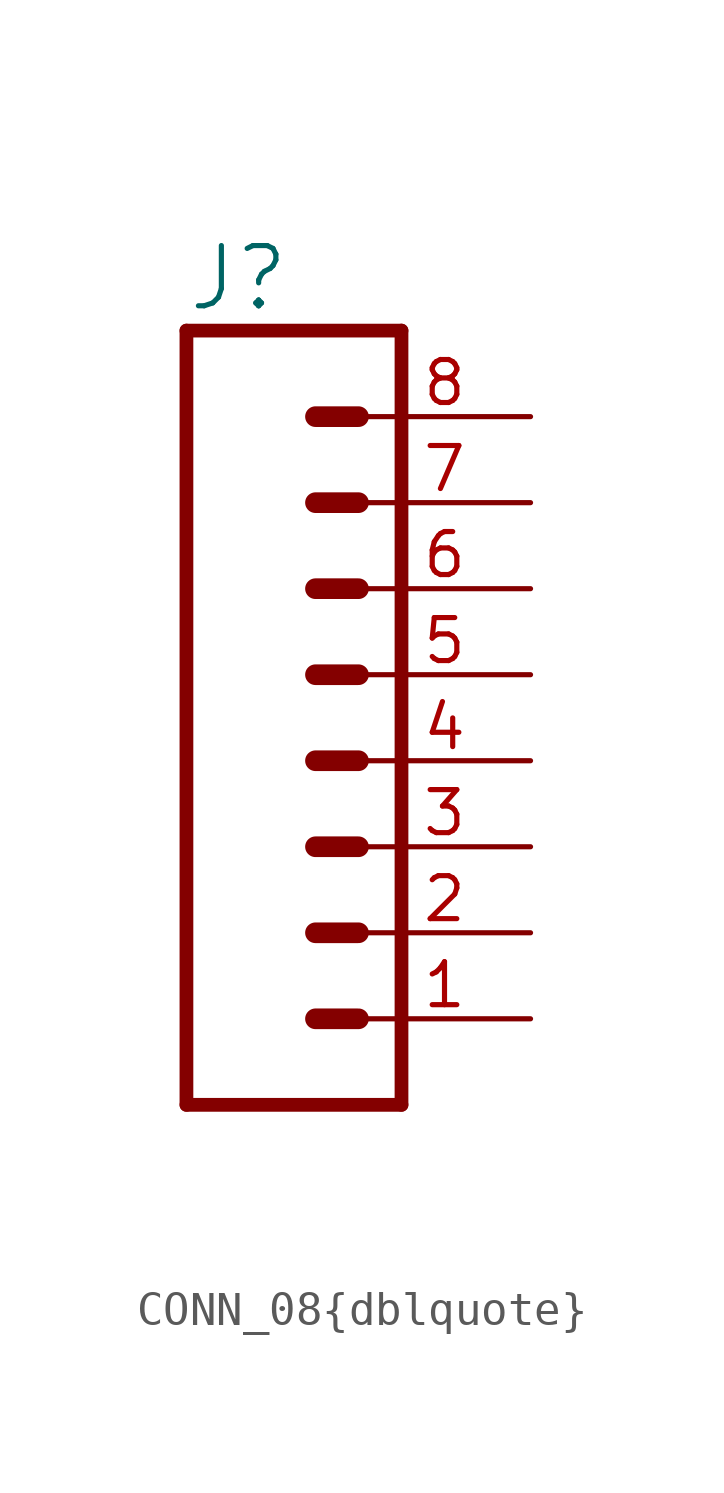
<source format=kicad_sym>
(kicad_symbol_lib
  (version 20220914)
  (generator kicad_symbol_editor)
  (symbol "CONN_08{dblquote}"
    (property "Reference" "J"
      (at -5.08 13.208 0)
      (effects (font (size 1.778 1.778)) (justify left bottom)))
    (property "Value" ""
      (at -5.08 -12.446 0)
      (effects (font (size 1.778 1.778)) (justify left bottom)))
    (property "ki_locked" ""
      (at 0 0 0)
      (effects (font (size 1.27 1.27))))
    (symbol "CONN_08{dblquote}_1_0"
      (polyline (pts (xy -5.08 12.7) (xy -5.08 -10.16)) (stroke (width 0.406) (type solid)) (fill (type none)))
      (polyline (pts (xy -5.08 12.7) (xy 1.27 12.7)) (stroke (width 0.406) (type solid)) (fill (type none)))
      (polyline (pts (xy -1.27 -7.62) (xy 0 -7.62)) (stroke (width 0.61) (type solid)) (fill (type none)))
      (polyline (pts (xy -1.27 -5.08) (xy 0 -5.08)) (stroke (width 0.61) (type solid)) (fill (type none)))
      (polyline (pts (xy -1.27 -2.54) (xy 0 -2.54)) (stroke (width 0.61) (type solid)) (fill (type none)))
      (polyline (pts (xy -1.27 0) (xy 0 0)) (stroke (width 0.61) (type solid)) (fill (type none)))
      (polyline (pts (xy -1.27 2.54) (xy 0 2.54)) (stroke (width 0.61) (type solid)) (fill (type none)))
      (polyline (pts (xy -1.27 5.08) (xy 0 5.08)) (stroke (width 0.61) (type solid)) (fill (type none)))
      (polyline (pts (xy -1.27 7.62) (xy 0 7.62)) (stroke (width 0.61) (type solid)) (fill (type none)))
      (polyline (pts (xy -1.27 10.16) (xy 0 10.16)) (stroke (width 0.61) (type solid)) (fill (type none)))
      (polyline (pts (xy 1.27 -10.16) (xy -5.08 -10.16)) (stroke (width 0.406) (type solid)) (fill (type none)))
      (polyline (pts (xy 1.27 -10.16) (xy 1.27 12.7)) (stroke (width 0.406) (type solid)) (fill (type none)))
      (pin passive line (at 5.08 -7.62 180) (length 5.08) (name "1" (effects (font (size 0 0)))) (number "1" (effects (font (size 1.27 1.27)))))
      (pin passive line (at 5.08 -5.08 180) (length 5.08) (name "2" (effects (font (size 0 0)))) (number "2" (effects (font (size 1.27 1.27)))))
      (pin passive line (at 5.08 -2.54 180) (length 5.08) (name "3" (effects (font (size 0 0)))) (number "3" (effects (font (size 1.27 1.27)))))
      (pin passive line (at 5.08 0 180) (length 5.08) (name "4" (effects (font (size 0 0)))) (number "4" (effects (font (size 1.27 1.27)))))
      (pin passive line (at 5.08 2.54 180) (length 5.08) (name "5" (effects (font (size 0 0)))) (number "5" (effects (font (size 1.27 1.27)))))
      (pin passive line (at 5.08 5.08 180) (length 5.08) (name "6" (effects (font (size 0 0)))) (number "6" (effects (font (size 1.27 1.27)))))
      (pin passive line (at 5.08 7.62 180) (length 5.08) (name "7" (effects (font (size 0 0)))) (number "7" (effects (font (size 1.27 1.27)))))
      (pin passive line (at 5.08 10.16 180) (length 5.08) (name "8" (effects (font (size 0 0)))) (number "8" (effects (font (size 1.27 1.27))))))))
</source>
